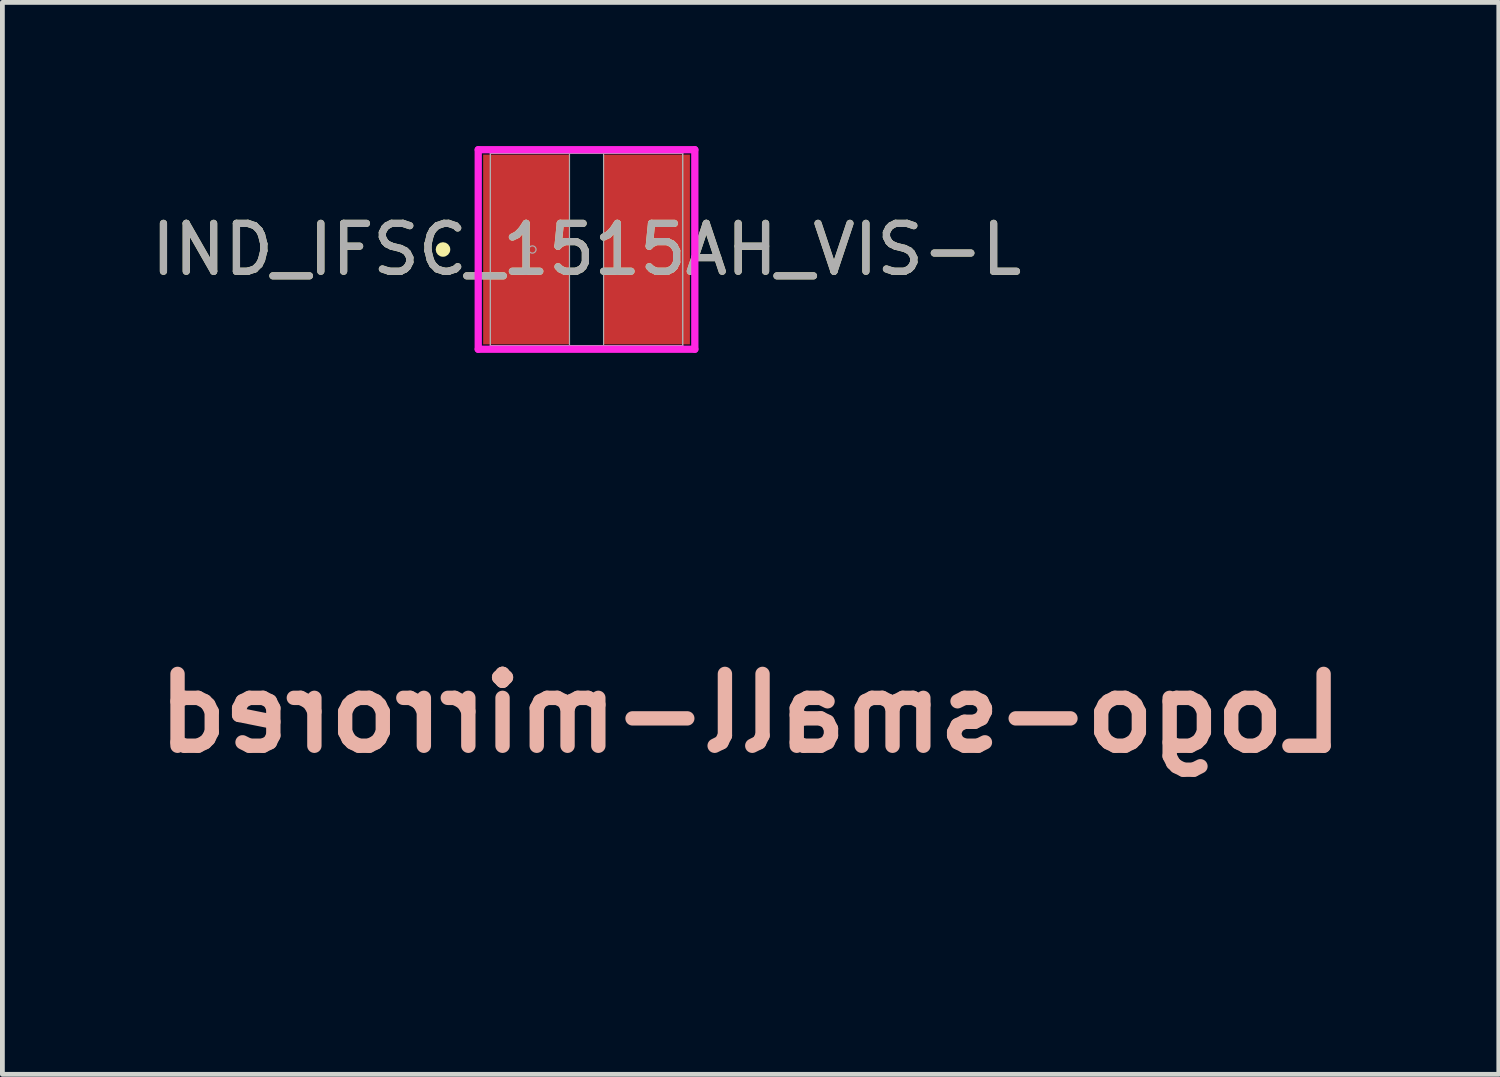
<source format=kicad_pcb>
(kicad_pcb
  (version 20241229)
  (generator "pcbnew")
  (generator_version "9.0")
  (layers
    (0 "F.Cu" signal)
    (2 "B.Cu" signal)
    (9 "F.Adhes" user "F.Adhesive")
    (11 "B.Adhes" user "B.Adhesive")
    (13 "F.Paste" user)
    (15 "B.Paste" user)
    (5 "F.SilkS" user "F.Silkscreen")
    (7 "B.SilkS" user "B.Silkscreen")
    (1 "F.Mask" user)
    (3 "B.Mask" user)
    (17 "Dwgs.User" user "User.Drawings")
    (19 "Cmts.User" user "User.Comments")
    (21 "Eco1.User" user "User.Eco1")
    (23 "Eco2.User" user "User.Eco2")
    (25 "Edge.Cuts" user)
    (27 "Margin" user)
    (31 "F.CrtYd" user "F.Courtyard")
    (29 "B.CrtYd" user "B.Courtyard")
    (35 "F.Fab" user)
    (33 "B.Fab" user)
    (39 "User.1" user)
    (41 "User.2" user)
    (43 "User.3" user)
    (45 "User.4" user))
  (footprint "Logo-small-mirrored"
    (layer "F.Cu")
    (at 12.621 11.842)
    (property "Reference" "Logo-small-mirrored" (at 0 0 0) (layer "B.SilkS") (effects (font (size 1.5 1.5) (thickness 0.3)) (justify mirror)))
    (attr board_only exclude_from_pos_files exclude_from_bom)
    (fp_poly (pts (xy -0.559 2.668) (xy -1.05 2.677) (xy -1.521 2.692) (xy -1.977 2.714) (xy -2.422 2.743) (xy -2.863 2.779) (xy -3.304 2.823) (xy -3.751 2.874) (xy -3.778 2.878) (xy -3.902 2.893) (xy -3.999 2.905) (xy -4.073 2.915) (xy -4.127 2.927) (xy -4.165 2.942) (xy -4.191 2.963) (xy -4.208 2.99) (xy -4.22 3.027) (xy -4.231 3.076) (xy -4.245 3.138) (xy -4.246 3.142) (xy -4.259 3.212) (xy -4.27 3.293) (xy -4.278 3.393) (xy -4.284 3.515) (xy -4.286 3.575) (xy -4.288 3.738) (xy -4.286 3.88) (xy -4.277 4.013) (xy -4.261 4.148) (xy -4.238 4.295) (xy -4.226 4.363) (xy -4.211 4.44) (xy -4.199 4.491) (xy -4.188 4.521) (xy -4.177 4.535) (xy -4.163 4.54) (xy -4.161 4.54) (xy -4.137 4.538) (xy -4.086 4.532) (xy -4.014 4.524) (xy -3.926 4.513) (xy -3.825 4.5) (xy -3.766 4.493) (xy -3.276 4.434) (xy -2.762 4.383) (xy -2.229 4.339) (xy -1.684 4.302) (xy -1.369 4.285) (xy -1.251 4.281) (xy -1.107 4.277) (xy -0.94 4.273) (xy -0.754 4.271) (xy -0.554 4.269) (xy -0.344 4.267) (xy -0.128 4.266) (xy 0.09 4.266) (xy 0.306 4.267) (xy 0.515 4.268) (xy 0.714 4.271) (xy 0.898 4.273) (xy 1.063 4.277) (xy 1.206 4.281) (xy 1.321 4.285) (xy 1.325 4.286) (xy 1.949 4.321) (xy 2.542 4.363) (xy 3.104 4.41) (xy 3.636 4.463) (xy 4.026 4.509) (xy 4.136 4.522) (xy 4.218 4.532) (xy 4.278 4.537) (xy 4.319 4.536) (xy 4.347 4.528) (xy 4.364 4.511) (xy 4.375 4.486) (xy 4.385 4.45) (xy 4.393 4.418) (xy 4.428 4.281) (xy 4.453 4.155) (xy 4.469 4.03) (xy 4.478 3.895) (xy 4.481 3.741) (xy 4.482 3.715) (xy 4.48 3.581) (xy 4.475 3.468) (xy 4.465 3.368) (xy 4.448 3.27) (xy 4.423 3.165) (xy 4.393 3.053) (xy 4.361 2.941) (xy 4.17 2.916) (xy 3.6 2.846) (xy 3.014 2.788) (xy 2.411 2.741) (xy 1.788 2.706) (xy 1.142 2.681) (xy 0.471 2.668) (xy -0.041 2.665)) (stroke (width 0) (type solid)) (fill yes) (layer "F.Mask"))
    (fp_poly (pts (xy 3.293 -4.521) (xy 3.139 -4.514) (xy 3.002 -4.501) (xy 2.874 -4.482) (xy 2.748 -4.455) (xy 2.684 -4.439) (xy 2.429 -4.359) (xy 2.17 -4.25) (xy 1.914 -4.118) (xy 1.665 -3.965) (xy 1.427 -3.793) (xy 1.206 -3.607) (xy 1.005 -3.409) (xy 0.844 -3.22) (xy 0.67 -2.978) (xy 0.514 -2.723) (xy 0.378 -2.457) (xy 0.261 -2.186) (xy 0.166 -1.912) (xy 0.094 -1.639) (xy 0.046 -1.37) (xy 0.023 -1.109) (xy 0.026 -0.858) (xy 0.029 -0.818) (xy 0.066 -0.562) (xy 0.135 -0.306) (xy 0.233 -0.052) (xy 0.36 0.198) (xy 0.515 0.441) (xy 0.558 0.497) (xy 0.617 0.569) (xy 0.689 0.651) (xy 0.767 0.737) (xy 0.846 0.822) (xy 0.862 0.838) (xy 0.955 0.935) (xy 1.029 1.015) (xy 1.088 1.082) (xy 1.135 1.14) (xy 1.174 1.194) (xy 1.208 1.248) (xy 1.24 1.307) (xy 1.26 1.345) (xy 1.279 1.389) (xy 1.304 1.452) (xy 1.33 1.527) (xy 1.358 1.606) (xy 1.383 1.685) (xy 1.404 1.755) (xy 1.42 1.811) (xy 1.427 1.846) (xy 1.427 1.851) (xy 1.42 1.842) (xy 1.401 1.81) (xy 1.374 1.76) (xy 1.341 1.696) (xy 1.336 1.689) (xy 1.275 1.574) (xy 1.221 1.483) (xy 1.211 1.469) (xy -1.981 1.469) (xy -1.989 1.477) (xy -1.997 1.469) (xy -1.989 1.461) (xy -1.981 1.469) (xy 1.211 1.469) (xy 1.169 1.406) (xy 1.114 1.338) (xy 1.052 1.272) (xy 1.05 1.27) (xy 0.926 1.163) (xy 0.788 1.077) (xy 0.634 1.012) (xy 0.463 0.968) (xy 0.273 0.944) (xy 0.063 0.941) (xy -0.169 0.957) (xy -0.412 0.991) (xy -0.532 1.01) (xy -0.629 1.023) (xy -0.71 1.031) (xy -0.784 1.035) (xy -0.858 1.034) (xy -0.868 1.034) (xy -0.945 1.031) (xy -1 1.026) (xy -1.045 1.016) (xy -1.09 0.999) (xy -1.144 0.973) (xy -1.158 0.966) (xy -1.252 0.909) (xy -1.35 0.832) (xy -1.444 0.744) (xy -1.526 0.651) (xy -1.589 0.561) (xy -1.602 0.538) (xy -1.624 0.493) (xy -1.64 0.448) (xy -1.653 0.397) (xy -1.664 0.332) (xy -1.674 0.244) (xy -1.675 0.232) (xy -1.691 0.098) (xy -1.708 -0.012) (xy -1.728 -0.106) (xy -1.754 -0.193) (xy -1.786 -0.278) (xy -1.828 -0.371) (xy -1.85 -0.416) (xy -1.91 -0.547) (xy -1.953 -0.658) (xy -1.975 -0.738) (xy -1.991 -0.862) (xy -1.988 -0.99) (xy -1.966 -1.125) (xy -1.922 -1.271) (xy -1.858 -1.432) (xy -1.781 -1.592) (xy -1.737 -1.677) (xy -1.706 -1.738) (xy -1.685 -1.78) (xy -1.674 -1.805) (xy -1.669 -1.817) (xy -1.671 -1.822) (xy -1.676 -1.822) (xy -1.68 -1.822) (xy -1.696 -1.809) (xy -1.724 -1.773) (xy -1.762 -1.719) (xy -1.806 -1.651) (xy -1.855 -1.574) (xy -1.904 -1.492) (xy -1.952 -1.41) (xy -1.994 -1.332) (xy -2.016 -1.29) (xy -2.062 -1.197) (xy -2.1 -1.111) (xy -2.132 -1.025) (xy -2.16 -0.932) (xy -2.187 -0.827) (xy -2.214 -0.703) (xy -2.24 -0.573) (xy -2.275 -0.409) (xy -2.309 -0.272) (xy -2.344 -0.161) (xy -2.381 -0.073) (xy -2.422 -0.003) (xy -2.446 0.029) (xy -2.485 0.071) (xy -2.517 0.1) (xy -2.538 0.114) (xy -2.545 0.112) (xy -2.536 0.092) (xy -2.512 0.061) (xy -2.442 -0.038) (xy -2.399 -0.131) (xy -2.382 -0.225) (xy -2.389 -0.326) (xy -2.399 -0.37) (xy -2.418 -0.487) (xy -2.426 -0.626) (xy -2.423 -0.781) (xy -2.41 -0.944) (xy -2.388 -1.109) (xy -2.358 -1.269) (xy -2.32 -1.417) (xy -2.276 -1.547) (xy -2.253 -1.599) (xy -2.233 -1.646) (xy -2.222 -1.684) (xy -2.221 -1.7) (xy -2.23 -1.696) (xy -2.251 -1.666) (xy -2.282 -1.614) (xy -2.321 -1.543) (xy -2.366 -1.457) (xy -2.417 -1.359) (xy -2.47 -1.251) (xy -2.526 -1.139) (xy -2.581 -1.023) (xy -2.636 -0.909) (xy -2.686 -0.799) (xy -2.733 -0.696) (xy -2.772 -0.604) (xy -2.795 -0.548) (xy -2.853 -0.394) (xy -2.897 -0.262) (xy -2.927 -0.149) (xy -2.945 -0.049) (xy -2.948 -0.015) (xy -2.956 0.069) (xy -2.965 0.13) (xy -2.976 0.173) (xy -2.993 0.207) (xy -3.017 0.239) (xy -3.028 0.252) (xy -3.067 0.287) (xy -3.124 0.33) (xy -3.19 0.373) (xy -3.221 0.392) (xy -3.311 0.446) (xy -3.386 0.499) (xy -3.451 0.554) (xy -3.509 0.617) (xy -3.564 0.693) (xy -3.622 0.787) (xy -3.686 0.903) (xy -3.709 0.945) (xy -3.787 1.104) (xy -3.847 1.244) (xy -3.886 1.362) (xy -3.906 1.459) (xy -3.904 1.533) (xy -3.904 1.533) (xy -3.879 1.592) (xy -3.828 1.653) (xy -3.756 1.711) (xy -3.669 1.763) (xy -3.573 1.805) (xy -3.493 1.828) (xy -3.437 1.843) (xy -3.403 1.862) (xy -3.383 1.888) (xy -3.382 1.89) (xy -3.365 1.92) (xy -3.343 1.941) (xy -3.311 1.953) (xy -3.264 1.958) (xy -3.197 1.956) (xy -3.104 1.949) (xy -3.099 1.948) (xy -2.886 1.922) (xy -2.698 1.885) (xy -2.531 1.834) (xy -2.381 1.768) (xy -2.244 1.687) (xy -2.157 1.622) (xy -2.094 1.572) (xy -2.054 1.541) (xy -2.039 1.531) (xy -2.046 1.542) (xy -2.076 1.573) (xy -2.128 1.625) (xy -2.136 1.632) (xy -2.236 1.72) (xy -2.344 1.794) (xy -2.467 1.857) (xy -2.609 1.912) (xy -2.733 1.95) (xy -2.84 1.984) (xy -2.918 2.018) (xy -2.969 2.055) (xy -2.996 2.101) (xy -3.001 2.158) (xy -2.985 2.23) (xy -2.954 2.318) (xy -2.928 2.386) (xy -2.914 2.439) (xy -2.909 2.492) (xy -2.911 2.559) (xy -2.911 2.559) (xy -2.913 2.619) (xy -2.911 2.655) (xy -2.905 2.671) (xy -2.893 2.676) (xy -2.885 2.675) (xy -2.858 2.672) (xy -2.806 2.666) (xy -2.738 2.658) (xy -2.66 2.649) (xy -2.649 2.648) (xy -2.487 2.63) (xy -2.308 2.615) (xy -2.112 2.601) (xy -1.897 2.59) (xy -1.66 2.58) (xy -1.401 2.572) (xy -1.117 2.565) (xy -0.808 2.56) (xy -0.471 2.557) (xy -0.104 2.555) (xy 0.021 2.555) (xy 0.266 2.555) (xy 0.483 2.555) (xy 0.678 2.556) (xy 0.853 2.557) (xy 1.015 2.56) (xy 1.166 2.563) (xy 1.311 2.568) (xy 1.455 2.574) (xy 1.602 2.581) (xy 1.755 2.589) (xy 1.92 2.599) (xy 2.1 2.611) (xy 2.173 2.616) (xy 2.267 2.623) (xy 2.376 2.632) (xy 2.497 2.641) (xy 2.624 2.652) (xy 2.753 2.664) (xy 2.88 2.675) (xy 3.001 2.687) (xy 3.11 2.697) (xy 3.205 2.707) (xy 3.28 2.715) (xy 3.332 2.721) (xy 3.352 2.724) (xy 3.386 2.724) (xy 3.433 2.714) (xy 3.446 2.709) (xy 3.484 2.692) (xy 3.521 2.666) (xy 3.56 2.626) (xy 3.605 2.57) (xy 3.658 2.493) (xy 3.722 2.394) (xy 3.741 2.364) (xy 3.829 2.215) (xy 3.906 2.074) (xy 3.968 1.946) (xy 4.014 1.833) (xy 4.041 1.744) (xy 4.062 1.632) (xy 4.078 1.505) (xy 4.088 1.375) (xy 4.092 1.254) (xy 4.089 1.178) (xy 4.07 0.994) (xy 4.04 0.818) (xy 3.996 0.645) (xy 3.937 0.469) (xy 3.861 0.284) (xy 3.766 0.084) (xy 3.715 -0.017) (xy 3.616 -0.215) (xy 3.528 -0.414) (xy 3.452 -0.611) (xy 3.387 -0.801) (xy 3.337 -0.98) (xy 3.302 -1.144) (xy 3.284 -1.289) (xy 3.281 -1.358) (xy 3.291 -1.506) (xy 3.323 -1.652) (xy 3.38 -1.803) (xy 3.407 -1.863) (xy 3.503 -2.026) (xy 3.625 -2.174) (xy 3.773 -2.305) (xy 3.945 -2.42) (xy 4.139 -2.516) (xy 4.355 -2.592) (xy 4.379 -2.599) (xy 4.494 -2.629) (xy 4.615 -2.654) (xy 4.749 -2.675) (xy 4.901 -2.693) (xy 5.079 -2.709) (xy 5.089 -2.71) (xy 5.203 -2.72) (xy 5.291 -2.73) (xy 5.358 -2.741) (xy 5.409 -2.752) (xy 5.449 -2.766) (xy 5.45 -2.767) (xy 5.526 -2.813) (xy 5.598 -2.88) (xy 5.657 -2.958) (xy 5.691 -3.027) (xy 5.708 -3.104) (xy 5.715 -3.198) (xy 5.711 -3.296) (xy 5.698 -3.384) (xy 5.693 -3.402) (xy 5.643 -3.523) (xy 5.565 -3.647) (xy 5.464 -3.771) (xy 5.343 -3.893) (xy 5.204 -4.011) (xy 5.052 -4.121) (xy 4.89 -4.221) (xy 4.721 -4.308) (xy 4.549 -4.38) (xy 4.377 -4.433) (xy 4.357 -4.438) (xy 4.161 -4.477) (xy 3.945 -4.504) (xy 3.704 -4.52) (xy 3.47 -4.524)) (stroke (width 0) (type solid)) (fill yes) (layer "F.Mask")))
  (footprint "IND_IFSC_1515AH_VIS-L"
    (layer "F.Cu")
    (at 9.196 2.159)
    (property "Reference" "IND_IFSC_1515AH_VIS-L" (at 0 0 0) (unlocked yes) (layer "F.SilkS") (effects (font (size 1 1) (thickness 0.15))))
    (attr smd)
    (fp_circle (center -2.997 0) (end -2.921 0) (stroke (width 0.152) (type solid)) (fill no) (layer "F.SilkS"))
    (fp_line (start -2.261 -2.083) (end 2.261 -2.083) (stroke (width 0.152) (type solid)) (layer "F.CrtYd"))
    (fp_line (start -2.261 2.083) (end -2.261 -2.083) (stroke (width 0.152) (type solid)) (layer "F.CrtYd"))
    (fp_line (start 2.261 -2.083) (end 2.261 2.083) (stroke (width 0.152) (type solid)) (layer "F.CrtYd"))
    (fp_line (start 2.261 2.083) (end -2.261 2.083) (stroke (width 0.152) (type solid)) (layer "F.CrtYd"))
    (fp_line (start -2.007 -2.007) (end -2.007 2.007) (stroke (width 0.025) (type solid)) (layer "F.Fab"))
    (fp_line (start -2.007 -2.007) (end -2.007 2.007) (stroke (width 0.025) (type solid)) (layer "F.Fab"))
    (fp_line (start -2.007 2.007) (end -0.356 2.007) (stroke (width 0.025) (type solid)) (layer "F.Fab"))
    (fp_line (start -2.007 2.007) (end 2.007 2.007) (stroke (width 0.025) (type solid)) (layer "F.Fab"))
    (fp_line (start -0.356 -2.007) (end -2.007 -2.007) (stroke (width 0.025) (type solid)) (layer "F.Fab"))
    (fp_line (start -0.356 2.007) (end -0.356 -2.007) (stroke (width 0.025) (type solid)) (layer "F.Fab"))
    (fp_line (start 0.356 -2.007) (end 0.356 2.007) (stroke (width 0.025) (type solid)) (layer "F.Fab"))
    (fp_line (start 0.356 2.007) (end 2.007 2.007) (stroke (width 0.025) (type solid)) (layer "F.Fab"))
    (fp_line (start 2.007 -2.007) (end -2.007 -2.007) (stroke (width 0.025) (type solid)) (layer "F.Fab"))
    (fp_line (start 2.007 -2.007) (end 0.356 -2.007) (stroke (width 0.025) (type solid)) (layer "F.Fab"))
    (fp_line (start 2.007 2.007) (end 2.007 -2.007) (stroke (width 0.025) (type solid)) (layer "F.Fab"))
    (fp_line (start 2.007 2.007) (end 2.007 -2.007) (stroke (width 0.025) (type solid)) (layer "F.Fab"))
    (fp_circle (center -1.13 0) (end -1.054 0) (stroke (width 0.025) (type solid)) (fill no) (layer "F.Fab"))
    (fp_text user "${REFERENCE}" (at 0 0 0) (unlocked yes) (layer "F.Fab") (effects (font (size 1 1) (thickness 0.15))))
    (pad "1" smd rect (at -1.257 0) (size 1.803 3.962) (layers "F.Cu" "F.Mask" "F.Paste"))
    (pad "2" smd rect (at 1.257 0) (size 1.803 3.962) (layers "F.Cu" "F.Mask" "F.Paste"))
    (zone (net_name "") (layer "F.Cu") (hatch full 0.508) (connect_pads) (min_thickness 0.254) (filled_areas_thickness no) (keepout (tracks not_allowed) (vias not_allowed) (pads allowed) (copperpour not_allowed) (footprints allowed)) (placement (enabled no)) (fill) (polygon (pts (xy 8.892 0.203) (xy 9.501 0.203) (xy 9.501 4.115) (xy 8.892 4.115)))))
  (gr_rect
    (start -3 -3)
    (end 28.243 19.381)
    (stroke (width 0.1) (type default))
    (fill no)
    (layer "Edge.Cuts")))
</source>
